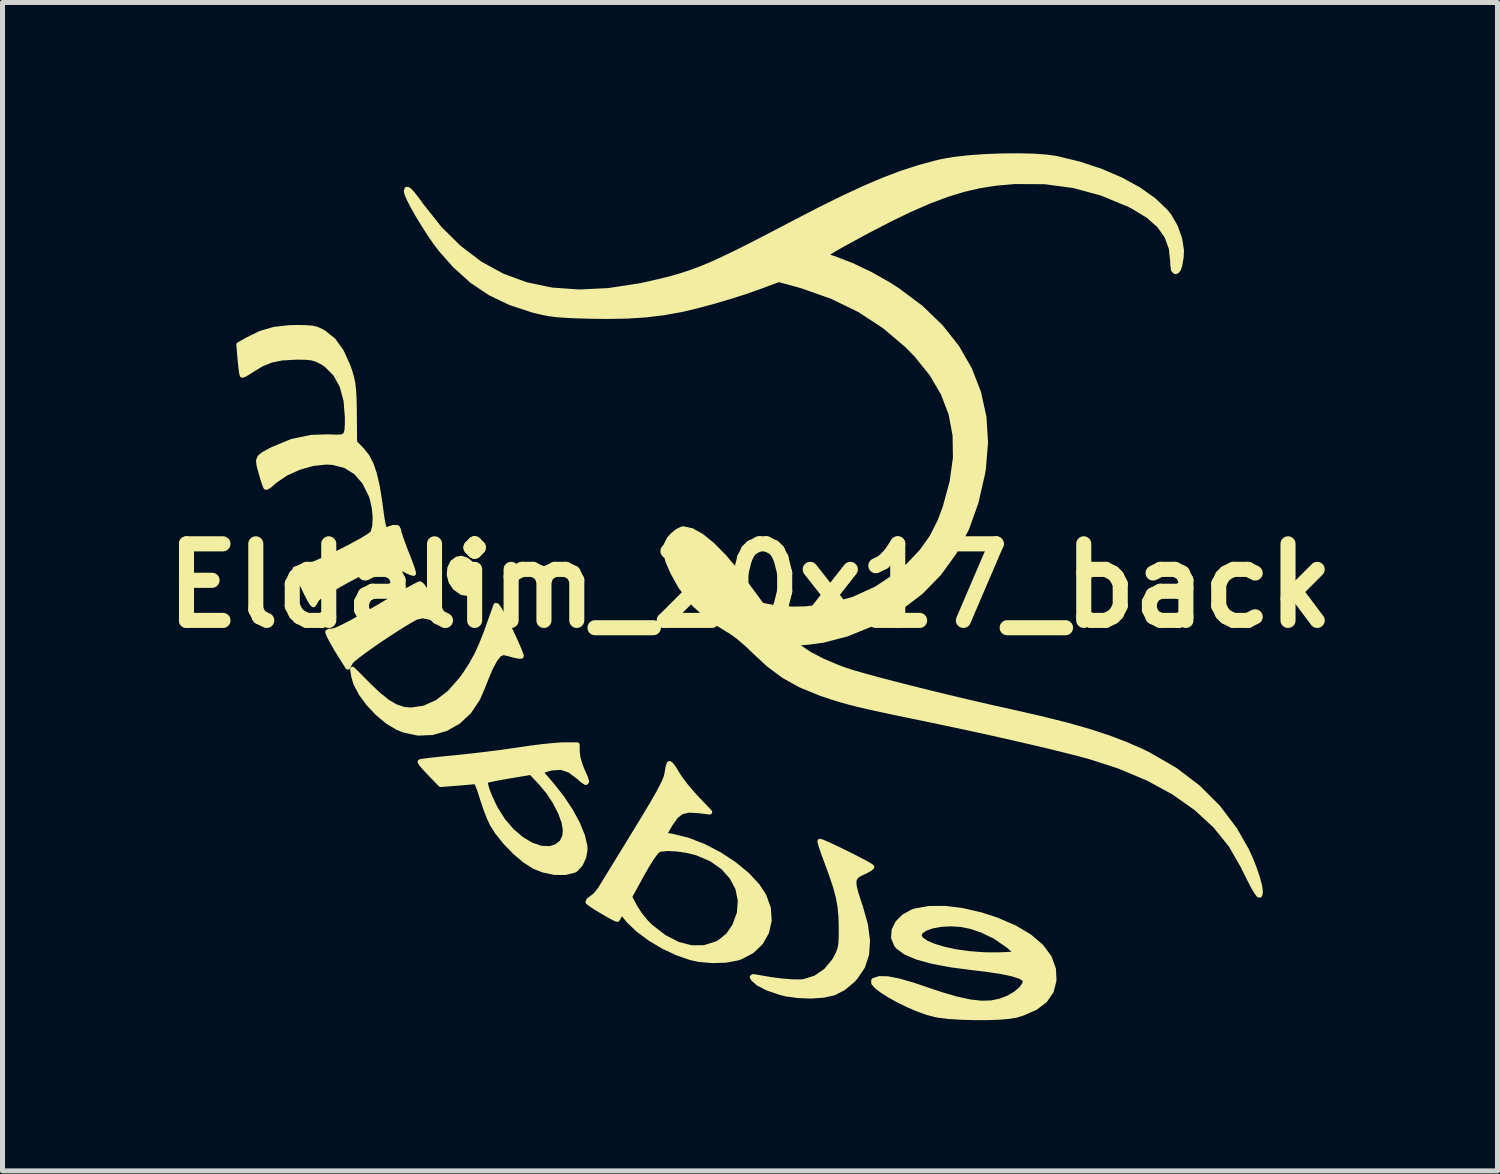
<source format=kicad_pcb>
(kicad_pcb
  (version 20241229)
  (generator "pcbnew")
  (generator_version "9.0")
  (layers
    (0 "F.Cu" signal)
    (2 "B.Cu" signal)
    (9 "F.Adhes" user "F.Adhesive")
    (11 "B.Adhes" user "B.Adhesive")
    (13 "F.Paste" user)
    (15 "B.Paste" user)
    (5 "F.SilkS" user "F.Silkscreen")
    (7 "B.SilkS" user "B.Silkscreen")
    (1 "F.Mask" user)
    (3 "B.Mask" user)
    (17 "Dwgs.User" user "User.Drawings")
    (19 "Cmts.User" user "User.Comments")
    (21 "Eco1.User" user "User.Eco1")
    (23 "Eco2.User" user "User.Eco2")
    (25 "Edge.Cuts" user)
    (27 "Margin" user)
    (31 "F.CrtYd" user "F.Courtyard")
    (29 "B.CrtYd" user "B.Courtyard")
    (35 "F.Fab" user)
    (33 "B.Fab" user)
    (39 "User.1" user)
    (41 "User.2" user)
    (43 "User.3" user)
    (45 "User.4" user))
  (footprint "Eldalim_20x17_back"
    (layer "F.Cu")
    (at 11.873 8.605)
    (property "Reference" "Eldalim_20x17_back" (at 0 0 0) (layer "F.SilkS") (effects (font (size 1.524 1.524) (thickness 0.3))))
    (attr through_hole)
    (fp_poly (pts (xy -5.393 -0.149) (xy -5.421 0.008) (xy -5.497 0.112) (xy -5.605 0.156) (xy -5.733 0.134) (xy -5.865 0.042) (xy -5.949 -0.081) (xy -5.984 -0.219) (xy -5.973 -0.352) (xy -5.92 -0.462) (xy -5.828 -0.532) (xy -5.747 -0.547) (xy -5.643 -0.514) (xy -5.536 -0.428) (xy -5.448 -0.314) (xy -5.397 -0.193) (xy -5.393 -0.149)) (stroke (width 0.1) (type solid)) (fill yes) (layer "F.SilkS"))
    (fp_poly (pts (xy -6.057 0.785) (xy -6.084 0.788) (xy -6.151 0.751) (xy -6.187 0.725) (xy -6.353 0.63) (xy -6.513 0.597) (xy -6.648 0.627) (xy -6.785 0.704) (xy -6.953 0.806) (xy -7.139 0.926) (xy -7.332 1.053) (xy -7.518 1.181) (xy -7.685 1.3) (xy -7.821 1.402) (xy -7.913 1.478) (xy -7.948 1.516) (xy -8.002 1.618) (xy -8.137 1.405) (xy -8.234 1.248) (xy -8.316 1.104) (xy -8.375 0.992) (xy -8.401 0.926) (xy -8.402 0.92) (xy -8.368 0.904) (xy -8.297 0.899) (xy -8.228 0.878) (xy -8.1 0.819) (xy -7.92 0.726) (xy -7.695 0.601) (xy -7.433 0.448) (xy -7.402 0.43) (xy -7.177 0.297) (xy -6.973 0.179) (xy -6.801 0.081) (xy -6.669 0.009) (xy -6.589 -0.032) (xy -6.57 -0.039) (xy -6.526 -0.008) (xy -6.472 0.07) (xy -6.463 0.088) (xy -6.41 0.183) (xy -6.33 0.317) (xy -6.239 0.462) (xy -6.227 0.48) (xy -6.148 0.609) (xy -6.088 0.714) (xy -6.058 0.777) (xy -6.057 0.785)) (stroke (width 0.1) (type solid)) (fill yes) (layer "F.SilkS"))
    (fp_poly (pts (xy -4.552 1.4) (xy -4.598 1.402) (xy -4.689 1.383) (xy -4.723 1.374) (xy -4.829 1.345) (xy -4.906 1.329) (xy -4.917 1.329) (xy -4.993 1.366) (xy -5.079 1.475) (xy -5.171 1.649) (xy -5.24 1.815) (xy -5.304 1.976) (xy -5.365 2.122) (xy -5.412 2.229) (xy -5.421 2.247) (xy -5.59 2.502) (xy -5.804 2.702) (xy -6.052 2.843) (xy -6.323 2.92) (xy -6.606 2.931) (xy -6.891 2.87) (xy -7.014 2.819) (xy -7.214 2.699) (xy -7.411 2.534) (xy -7.591 2.343) (xy -7.739 2.14) (xy -7.843 1.943) (xy -7.883 1.807) (xy -7.907 1.661) (xy -7.61 1.96) (xy -7.395 2.166) (xy -7.211 2.313) (xy -7.047 2.408) (xy -6.891 2.459) (xy -6.746 2.473) (xy -6.481 2.434) (xy -6.224 2.319) (xy -5.977 2.128) (xy -5.743 1.863) (xy -5.668 1.758) (xy -5.544 1.567) (xy -5.44 1.38) (xy -5.346 1.174) (xy -5.248 0.926) (xy -5.212 0.824) (xy -5.153 0.66) (xy -5.103 0.52) (xy -5.067 0.422) (xy -5.056 0.391) (xy -5.032 0.401) (xy -4.982 0.476) (xy -4.908 0.607) (xy -4.817 0.787) (xy -4.784 0.856) (xy -4.697 1.041) (xy -4.626 1.2) (xy -4.576 1.32) (xy -4.552 1.389) (xy -4.552 1.4)) (stroke (width 0.1) (type solid)) (fill yes) (layer "F.SilkS"))
    (fp_poly (pts (xy 2.423 5.596) (xy 2.39 5.626) (xy 2.307 5.673) (xy 2.247 5.701) (xy 2.154 5.747) (xy 2.094 5.798) (xy 2.067 5.866) (xy 2.07 5.963) (xy 2.103 6.103) (xy 2.165 6.299) (xy 2.196 6.389) (xy 2.297 6.748) (xy 2.338 7.062) (xy 2.319 7.337) (xy 2.238 7.578) (xy 2.095 7.791) (xy 2.035 7.855) (xy 1.854 8.004) (xy 1.669 8.1) (xy 1.662 8.102) (xy 1.465 8.145) (xy 1.223 8.163) (xy 0.964 8.154) (xy 0.719 8.121) (xy 0.606 8.093) (xy 0.347 8.004) (xy 0.164 7.909) (xy 0.075 7.831) (xy 0.045 7.788) (xy 0.065 7.776) (xy 0.146 7.789) (xy 0.156 7.791) (xy 0.39 7.832) (xy 0.623 7.862) (xy 0.835 7.88) (xy 1.004 7.882) (xy 1.072 7.876) (xy 1.304 7.803) (xy 1.509 7.663) (xy 1.673 7.467) (xy 1.7 7.422) (xy 1.753 7.32) (xy 1.787 7.233) (xy 1.806 7.137) (xy 1.814 7.01) (xy 1.815 6.831) (xy 1.815 6.799) (xy 1.809 6.58) (xy 1.791 6.384) (xy 1.755 6.19) (xy 1.699 5.98) (xy 1.616 5.734) (xy 1.53 5.5) (xy 1.47 5.338) (xy 1.424 5.204) (xy 1.396 5.114) (xy 1.391 5.085) (xy 1.429 5.095) (xy 1.521 5.134) (xy 1.653 5.194) (xy 1.808 5.268) (xy 1.973 5.35) (xy 2.131 5.43) (xy 2.268 5.502) (xy 2.37 5.558) (xy 2.42 5.592) (xy 2.423 5.596)) (stroke (width 0.1) (type solid)) (fill yes) (layer "F.SilkS"))
    (fp_poly (pts (xy -3.251 3.895) (xy -3.268 3.914) (xy -3.328 3.875) (xy -3.416 3.798) (xy -3.588 3.67) (xy -3.758 3.613) (xy -3.942 3.624) (xy -4.013 3.642) (xy -4.177 3.693) (xy -3.958 3.947) (xy -3.749 4.21) (xy -3.571 4.478) (xy -3.43 4.738) (xy -3.333 4.977) (xy -3.286 5.182) (xy -3.282 5.241) (xy -3.308 5.395) (xy -3.373 5.538) (xy -3.465 5.64) (xy -3.501 5.661) (xy -3.674 5.704) (xy -3.674 4.861) (xy -3.7 4.703) (xy -3.771 4.511) (xy -3.878 4.303) (xy -4.011 4.1) (xy -4.156 3.925) (xy -4.357 3.712) (xy -4.798 3.786) (xy -4.975 3.817) (xy -5.122 3.845) (xy -5.223 3.868) (xy -5.262 3.881) (xy -5.266 3.935) (xy -5.238 4.042) (xy -5.183 4.186) (xy -5.106 4.354) (xy -5.066 4.434) (xy -4.916 4.672) (xy -4.74 4.877) (xy -4.547 5.041) (xy -4.349 5.159) (xy -4.155 5.224) (xy -3.976 5.23) (xy -3.856 5.191) (xy -3.743 5.105) (xy -3.687 4.986) (xy -3.674 4.861) (xy -3.674 5.704) (xy -3.677 5.705) (xy -3.889 5.703) (xy -4.112 5.656) (xy -4.289 5.587) (xy -4.476 5.468) (xy -4.676 5.299) (xy -4.869 5.1) (xy -5.034 4.893) (xy -5.127 4.745) (xy -5.189 4.612) (xy -5.257 4.437) (xy -5.318 4.254) (xy -5.329 4.219) (xy -5.376 4.073) (xy -5.418 3.961) (xy -5.451 3.901) (xy -5.46 3.895) (xy -5.512 3.901) (xy -5.622 3.911) (xy -5.769 3.924) (xy -5.824 3.928) (xy -6.155 3.954) (xy -6.367 3.736) (xy -6.465 3.632) (xy -6.535 3.55) (xy -6.563 3.505) (xy -6.563 3.502) (xy -6.52 3.493) (xy -6.412 3.478) (xy -6.253 3.46) (xy -6.055 3.439) (xy -5.875 3.422) (xy -5.59 3.392) (xy -5.269 3.355) (xy -4.949 3.314) (xy -4.662 3.273) (xy -4.588 3.262) (xy -4.353 3.228) (xy -4.121 3.199) (xy -3.914 3.178) (xy -3.754 3.166) (xy -3.705 3.165) (xy -3.439 3.165) (xy -3.438 3.312) (xy -3.421 3.431) (xy -3.377 3.578) (xy -3.341 3.667) (xy -3.276 3.813) (xy -3.251 3.895)) (stroke (width 0.1) (type solid)) (fill yes) (layer "F.SilkS"))
    (fp_poly (pts (xy 6.048 7.852) (xy 5.992 8.067) (xy 5.869 8.247) (xy 5.676 8.394) (xy 5.414 8.508) (xy 5.295 8.544) (xy 5.154 8.568) (xy 4.954 8.584) (xy 4.716 8.592) (xy 4.459 8.592) (xy 4.201 8.585) (xy 3.964 8.57) (xy 3.765 8.547) (xy 3.693 8.534) (xy 3.524 8.489) (xy 3.338 8.422) (xy 3.144 8.339) (xy 2.956 8.247) (xy 2.782 8.151) (xy 2.634 8.058) (xy 2.524 7.974) (xy 2.463 7.905) (xy 2.46 7.857) (xy 2.468 7.85) (xy 2.577 7.816) (xy 2.74 7.82) (xy 2.96 7.863) (xy 3.242 7.944) (xy 3.433 8.009) (xy 3.805 8.134) (xy 4.117 8.224) (xy 4.381 8.281) (xy 4.605 8.306) (xy 4.8 8.3) (xy 4.977 8.264) (xy 5.143 8.2) (xy 5.283 8.118) (xy 5.394 8.025) (xy 5.463 7.932) (xy 5.479 7.855) (xy 5.467 7.83) (xy 5.383 7.775) (xy 5.273 7.739) (xy 5.273 7.298) (xy 5.243 7.251) (xy 5.154 7.172) (xy 5.129 7.152) (xy 4.875 6.977) (xy 4.607 6.849) (xy 4.398 6.779) (xy 4.205 6.739) (xy 4.002 6.726) (xy 3.805 6.736) (xy 3.627 6.768) (xy 3.484 6.818) (xy 3.391 6.884) (xy 3.361 6.956) (xy 3.398 7.031) (xy 3.502 7.105) (xy 3.663 7.173) (xy 3.87 7.234) (xy 4.111 7.285) (xy 4.376 7.321) (xy 4.653 7.341) (xy 4.774 7.344) (xy 4.952 7.343) (xy 5.105 7.338) (xy 5.213 7.33) (xy 5.253 7.323) (xy 5.273 7.298) (xy 5.273 7.739) (xy 5.224 7.723) (xy 4.991 7.674) (xy 4.681 7.628) (xy 4.446 7.601) (xy 3.997 7.542) (xy 3.622 7.471) (xy 3.322 7.388) (xy 3.097 7.292) (xy 2.948 7.184) (xy 2.914 7.143) (xy 2.856 7.001) (xy 2.867 6.851) (xy 2.938 6.707) (xy 3.064 6.581) (xy 3.235 6.487) (xy 3.293 6.468) (xy 3.559 6.421) (xy 3.874 6.419) (xy 4.225 6.462) (xy 4.596 6.548) (xy 4.895 6.645) (xy 5.264 6.803) (xy 5.564 6.982) (xy 5.794 7.18) (xy 5.953 7.395) (xy 6.037 7.626) (xy 6.048 7.852)) (stroke (width 0.1) (type solid)) (fill yes) (layer "F.SilkS"))
    (fp_poly (pts (xy 0.381 6.663) (xy 0.329 6.893) (xy 0.213 7.098) (xy 0.039 7.266) (xy -0.19 7.386) (xy -0.193 7.387) (xy -0.193 6.262) (xy -0.243 6.02) (xy -0.36 5.797) (xy -0.537 5.599) (xy -0.772 5.435) (xy -1.052 5.316) (xy -1.25 5.266) (xy -1.456 5.236) (xy -1.646 5.227) (xy -1.794 5.243) (xy -1.817 5.25) (xy -1.87 5.296) (xy -1.95 5.404) (xy -2.051 5.565) (xy -2.146 5.732) (xy -2.397 6.188) (xy -2.287 6.397) (xy -2.195 6.54) (xy -2.072 6.691) (xy -1.98 6.784) (xy -1.707 6.994) (xy -1.434 7.134) (xy -1.166 7.203) (xy -0.909 7.201) (xy -0.669 7.126) (xy -0.59 7.083) (xy -0.431 6.952) (xy -0.307 6.769) (xy -0.305 6.765) (xy -0.212 6.512) (xy -0.193 6.262) (xy -0.193 7.387) (xy -0.25 7.406) (xy -0.48 7.449) (xy -0.747 7.458) (xy -1.016 7.434) (xy -1.172 7.401) (xy -1.445 7.307) (xy -1.726 7.175) (xy -1.994 7.015) (xy -2.229 6.84) (xy -2.413 6.663) (xy -2.45 6.617) (xy -2.516 6.536) (xy -2.555 6.512) (xy -2.583 6.537) (xy -2.592 6.552) (xy -2.627 6.616) (xy -2.64 6.637) (xy -2.676 6.625) (xy -2.759 6.582) (xy -2.87 6.519) (xy -2.991 6.448) (xy -3.103 6.379) (xy -3.186 6.323) (xy -3.223 6.292) (xy -3.207 6.256) (xy -3.15 6.215) (xy -3.071 6.151) (xy -2.99 6.052) (xy -2.972 6.024) (xy -2.929 5.954) (xy -2.852 5.828) (xy -2.746 5.655) (xy -2.617 5.444) (xy -2.471 5.207) (xy -2.315 4.951) (xy -2.277 4.89) (xy -2.092 4.586) (xy -1.945 4.34) (xy -1.833 4.145) (xy -1.752 3.993) (xy -1.697 3.878) (xy -1.664 3.791) (xy -1.65 3.726) (xy -1.633 3.618) (xy -1.611 3.548) (xy -1.603 3.537) (xy -1.571 3.558) (xy -1.516 3.633) (xy -1.465 3.719) (xy -1.389 3.837) (xy -1.276 3.985) (xy -1.145 4.139) (xy -1.08 4.21) (xy -0.803 4.502) (xy -1.027 4.474) (xy -1.219 4.464) (xy -1.361 4.497) (xy -1.475 4.584) (xy -1.582 4.734) (xy -1.589 4.746) (xy -1.712 4.957) (xy -1.55 4.984) (xy -1.237 5.061) (xy -0.916 5.187) (xy -0.603 5.35) (xy -0.311 5.542) (xy -0.055 5.754) (xy 0.151 5.976) (xy 0.276 6.169) (xy 0.365 6.418) (xy 0.381 6.663)) (stroke (width 0.1) (type solid)) (fill yes) (layer "F.SilkS"))
    (fp_poly (pts (xy -6.695 -0.247) (xy -6.735 -0.257) (xy -6.823 -0.295) (xy -6.934 -0.351) (xy -7.065 -0.413) (xy -7.179 -0.455) (xy -7.243 -0.468) (xy -7.314 -0.45) (xy -7.437 -0.399) (xy -7.598 -0.324) (xy -7.782 -0.231) (xy -7.977 -0.129) (xy -8.168 -0.024) (xy -8.342 0.076) (xy -8.485 0.163) (xy -8.583 0.231) (xy -8.62 0.268) (xy -8.663 0.344) (xy -8.688 0.377) (xy -8.713 0.355) (xy -8.762 0.274) (xy -8.827 0.149) (xy -8.882 0.035) (xy -9.052 -0.332) (xy -8.913 -0.354) (xy -8.815 -0.381) (xy -8.67 -0.437) (xy -8.493 -0.514) (xy -8.297 -0.605) (xy -8.095 -0.704) (xy -7.903 -0.804) (xy -7.734 -0.897) (xy -7.601 -0.976) (xy -7.52 -1.035) (xy -7.503 -1.055) (xy -7.467 -1.181) (xy -7.458 -1.353) (xy -7.475 -1.547) (xy -7.517 -1.736) (xy -7.538 -1.798) (xy -7.67 -2.063) (xy -7.842 -2.261) (xy -8.054 -2.392) (xy -8.305 -2.455) (xy -8.427 -2.462) (xy -8.697 -2.434) (xy -8.975 -2.355) (xy -9.236 -2.237) (xy -9.452 -2.09) (xy -9.485 -2.06) (xy -9.565 -1.992) (xy -9.621 -1.96) (xy -9.633 -1.961) (xy -9.653 -2.006) (xy -9.687 -2.106) (xy -9.726 -2.24) (xy -9.729 -2.251) (xy -9.768 -2.393) (xy -9.779 -2.487) (xy -9.755 -2.554) (xy -9.685 -2.613) (xy -9.56 -2.682) (xy -9.495 -2.715) (xy -9.112 -2.873) (xy -8.724 -2.953) (xy -8.401 -2.963) (xy -8.227 -2.956) (xy -8.115 -2.963) (xy -8.05 -3) (xy -8.021 -3.077) (xy -8.012 -3.21) (xy -8.011 -3.349) (xy -8.038 -3.686) (xy -8.117 -3.976) (xy -8.248 -4.214) (xy -8.427 -4.395) (xy -8.519 -4.454) (xy -8.616 -4.503) (xy -8.709 -4.532) (xy -8.823 -4.546) (xy -8.983 -4.549) (xy -9.046 -4.548) (xy -9.31 -4.533) (xy -9.526 -4.49) (xy -9.72 -4.411) (xy -9.909 -4.296) (xy -10.009 -4.232) (xy -10.081 -4.194) (xy -10.104 -4.19) (xy -10.115 -4.235) (xy -10.129 -4.336) (xy -10.143 -4.475) (xy -10.146 -4.502) (xy -10.171 -4.797) (xy -9.999 -4.895) (xy -9.736 -5.023) (xy -9.47 -5.101) (xy -9.174 -5.135) (xy -9.027 -5.139) (xy -8.845 -5.136) (xy -8.718 -5.127) (xy -8.623 -5.105) (xy -8.535 -5.066) (xy -8.475 -5.032) (xy -8.29 -4.882) (xy -8.132 -4.663) (xy -8 -4.373) (xy -7.967 -4.279) (xy -7.93 -4.154) (xy -7.904 -4.032) (xy -7.888 -3.894) (xy -7.878 -3.721) (xy -7.873 -3.493) (xy -7.873 -3.428) (xy -7.868 -2.85) (xy -7.724 -2.703) (xy -7.623 -2.577) (xy -7.54 -2.419) (xy -7.472 -2.218) (xy -7.414 -1.964) (xy -7.364 -1.644) (xy -7.359 -1.603) (xy -7.33 -1.393) (xy -7.307 -1.25) (xy -7.286 -1.163) (xy -7.264 -1.122) (xy -7.239 -1.115) (xy -7.231 -1.117) (xy -7.096 -1.162) (xy -7.017 -1.156) (xy -6.995 -1.113) (xy -6.981 -1.05) (xy -6.943 -0.933) (xy -6.887 -0.78) (xy -6.838 -0.653) (xy -6.775 -0.493) (xy -6.727 -0.362) (xy -6.7 -0.275) (xy -6.695 -0.247)) (stroke (width 0.1) (type solid)) (fill yes) (layer "F.SilkS"))
    (fp_poly (pts (xy 10.154 6.089) (xy 10.153 6.105) (xy 10.142 6.155) (xy 10.12 6.151) (xy 10.076 6.088) (xy 10.056 6.057) (xy 10.001 5.96) (xy 9.927 5.816) (xy 9.845 5.652) (xy 9.811 5.58) (xy 9.57 5.161) (xy 9.259 4.776) (xy 8.879 4.425) (xy 8.432 4.11) (xy 7.919 3.831) (xy 7.341 3.588) (xy 6.761 3.401) (xy 6.482 3.326) (xy 6.136 3.239) (xy 5.733 3.142) (xy 5.283 3.038) (xy 4.797 2.928) (xy 4.284 2.816) (xy 3.755 2.704) (xy 3.341 2.618) (xy 2.952 2.538) (xy 2.628 2.469) (xy 2.359 2.41) (xy 2.133 2.357) (xy 1.939 2.307) (xy 1.767 2.258) (xy 1.604 2.207) (xy 1.44 2.151) (xy 1.381 2.13) (xy 0.999 1.973) (xy 0.669 1.789) (xy 0.364 1.561) (xy 0.108 1.323) (xy -0.072 1.152) (xy -0.243 1.007) (xy -0.389 0.903) (xy -0.439 0.875) (xy -0.8 0.649) (xy -1.115 0.361) (xy -1.38 0.015) (xy -1.543 -0.279) (xy -1.636 -0.496) (xy -1.678 -0.668) (xy -1.669 -0.807) (xy -1.611 -0.927) (xy -1.547 -1) (xy -1.449 -1.081) (xy -1.356 -1.128) (xy -1.325 -1.133) (xy -1.16 -1.097) (xy -0.969 -0.991) (xy -0.754 -0.818) (xy -0.517 -0.578) (xy -0.262 -0.276) (xy -0.106 -0.072) (xy 0.231 0.385) (xy 0.457 0.432) (xy 0.63 0.454) (xy 0.856 0.464) (xy 1.111 0.459) (xy 1.114 0.459) (xy 1.599 0.399) (xy 2.069 0.264) (xy 2.514 0.06) (xy 2.924 -0.21) (xy 3.162 -0.413) (xy 3.417 -0.683) (xy 3.619 -0.967) (xy 3.781 -1.287) (xy 3.884 -1.563) (xy 4.021 -2.068) (xy 4.087 -2.544) (xy 4.08 -2.993) (xy 4 -3.42) (xy 3.845 -3.827) (xy 3.616 -4.217) (xy 3.311 -4.595) (xy 3.121 -4.788) (xy 2.671 -5.169) (xy 2.177 -5.491) (xy 1.635 -5.755) (xy 1.04 -5.965) (xy 0.921 -5.999) (xy 0.573 -6.094) (xy 0.205 -5.957) (xy -0.078 -5.857) (xy -0.4 -5.754) (xy -0.736 -5.655) (xy -1.057 -5.569) (xy -1.336 -5.502) (xy -1.371 -5.495) (xy -1.72 -5.432) (xy -2.069 -5.39) (xy -2.44 -5.366) (xy -2.854 -5.359) (xy -3.174 -5.363) (xy -3.453 -5.371) (xy -3.672 -5.381) (xy -3.847 -5.394) (xy -3.995 -5.413) (xy -4.134 -5.44) (xy -4.281 -5.475) (xy -4.313 -5.483) (xy -4.767 -5.632) (xy -5.17 -5.825) (xy -5.536 -6.071) (xy -5.877 -6.38) (xy -6.155 -6.695) (xy -6.261 -6.836) (xy -6.379 -7.007) (xy -6.498 -7.194) (xy -6.612 -7.381) (xy -6.71 -7.556) (xy -6.786 -7.704) (xy -6.83 -7.81) (xy -6.838 -7.849) (xy -6.827 -7.889) (xy -6.79 -7.877) (xy -6.722 -7.807) (xy -6.621 -7.677) (xy -6.545 -7.571) (xy -6.182 -7.113) (xy -5.793 -6.727) (xy -5.378 -6.411) (xy -4.933 -6.166) (xy -4.456 -5.991) (xy -3.946 -5.884) (xy -3.401 -5.845) (xy -2.818 -5.873) (xy -2.195 -5.968) (xy -2.032 -6.003) (xy -1.795 -6.057) (xy -1.579 -6.111) (xy -1.377 -6.169) (xy -1.178 -6.234) (xy -0.974 -6.31) (xy -0.755 -6.401) (xy -0.514 -6.512) (xy -0.24 -6.644) (xy 0.075 -6.803) (xy 0.441 -6.992) (xy 0.866 -7.215) (xy 0.874 -7.219) (xy 1.397 -7.49) (xy 1.864 -7.72) (xy 2.285 -7.915) (xy 2.669 -8.078) (xy 3.024 -8.212) (xy 3.361 -8.321) (xy 3.687 -8.41) (xy 3.832 -8.444) (xy 4.066 -8.484) (xy 4.352 -8.516) (xy 4.671 -8.539) (xy 5.005 -8.552) (xy 5.334 -8.555) (xy 5.641 -8.548) (xy 5.907 -8.529) (xy 6.1 -8.501) (xy 6.555 -8.39) (xy 6.986 -8.247) (xy 7.382 -8.076) (xy 7.734 -7.883) (xy 8.031 -7.673) (xy 8.265 -7.45) (xy 8.341 -7.356) (xy 8.463 -7.143) (xy 8.547 -6.908) (xy 8.584 -6.677) (xy 8.578 -6.535) (xy 8.551 -6.384) (xy 8.524 -6.297) (xy 8.49 -6.258) (xy 8.46 -6.252) (xy 8.426 -6.288) (xy 8.411 -6.396) (xy 8.411 -6.444) (xy 8.382 -6.715) (xy 8.294 -6.955) (xy 8.143 -7.169) (xy 7.923 -7.363) (xy 7.631 -7.541) (xy 7.542 -7.587) (xy 6.998 -7.812) (xy 6.44 -7.963) (xy 5.863 -8.04) (xy 5.264 -8.043) (xy 4.884 -8.009) (xy 4.57 -7.96) (xy 4.254 -7.887) (xy 3.924 -7.786) (xy 3.573 -7.655) (xy 3.191 -7.489) (xy 2.769 -7.285) (xy 2.298 -7.04) (xy 2.052 -6.906) (xy 1.835 -6.788) (xy 1.681 -6.701) (xy 1.583 -6.64) (xy 1.535 -6.599) (xy 1.531 -6.569) (xy 1.565 -6.546) (xy 1.632 -6.522) (xy 1.687 -6.505) (xy 2.024 -6.375) (xy 2.387 -6.202) (xy 2.747 -5.999) (xy 2.939 -5.877) (xy 3.401 -5.53) (xy 3.794 -5.151) (xy 4.117 -4.742) (xy 4.368 -4.305) (xy 4.548 -3.842) (xy 4.654 -3.357) (xy 4.686 -2.849) (xy 4.642 -2.323) (xy 4.629 -2.242) (xy 4.497 -1.664) (xy 4.31 -1.14) (xy 4.065 -0.669) (xy 3.762 -0.249) (xy 3.399 0.123) (xy 2.976 0.446) (xy 2.49 0.725) (xy 2.408 0.764) (xy 1.922 0.961) (xy 1.453 1.083) (xy 1.176 1.121) (xy 0.886 1.146) (xy 1 1.237) (xy 1.191 1.365) (xy 1.444 1.496) (xy 1.744 1.623) (xy 1.895 1.679) (xy 2.048 1.728) (xy 2.267 1.791) (xy 2.542 1.866) (xy 2.862 1.95) (xy 3.218 2.04) (xy 3.598 2.135) (xy 3.994 2.231) (xy 4.394 2.326) (xy 4.788 2.417) (xy 5.167 2.501) (xy 5.256 2.521) (xy 5.816 2.649) (xy 6.309 2.773) (xy 6.744 2.896) (xy 7.13 3.023) (xy 7.478 3.155) (xy 7.798 3.295) (xy 7.933 3.362) (xy 8.455 3.664) (xy 8.914 4.013) (xy 9.311 4.409) (xy 9.645 4.851) (xy 9.876 5.256) (xy 9.962 5.443) (xy 10.038 5.639) (xy 10.1 5.824) (xy 10.141 5.981) (xy 10.154 6.089)) (stroke (width 0.1) (type solid)) (fill yes) (layer "F.SilkS")))
  (gr_rect
    (start -3 -3)
    (end 26.745 20.247)
    (stroke (width 0.1) (type default))
    (fill no)
    (layer "Edge.Cuts")))
</source>
